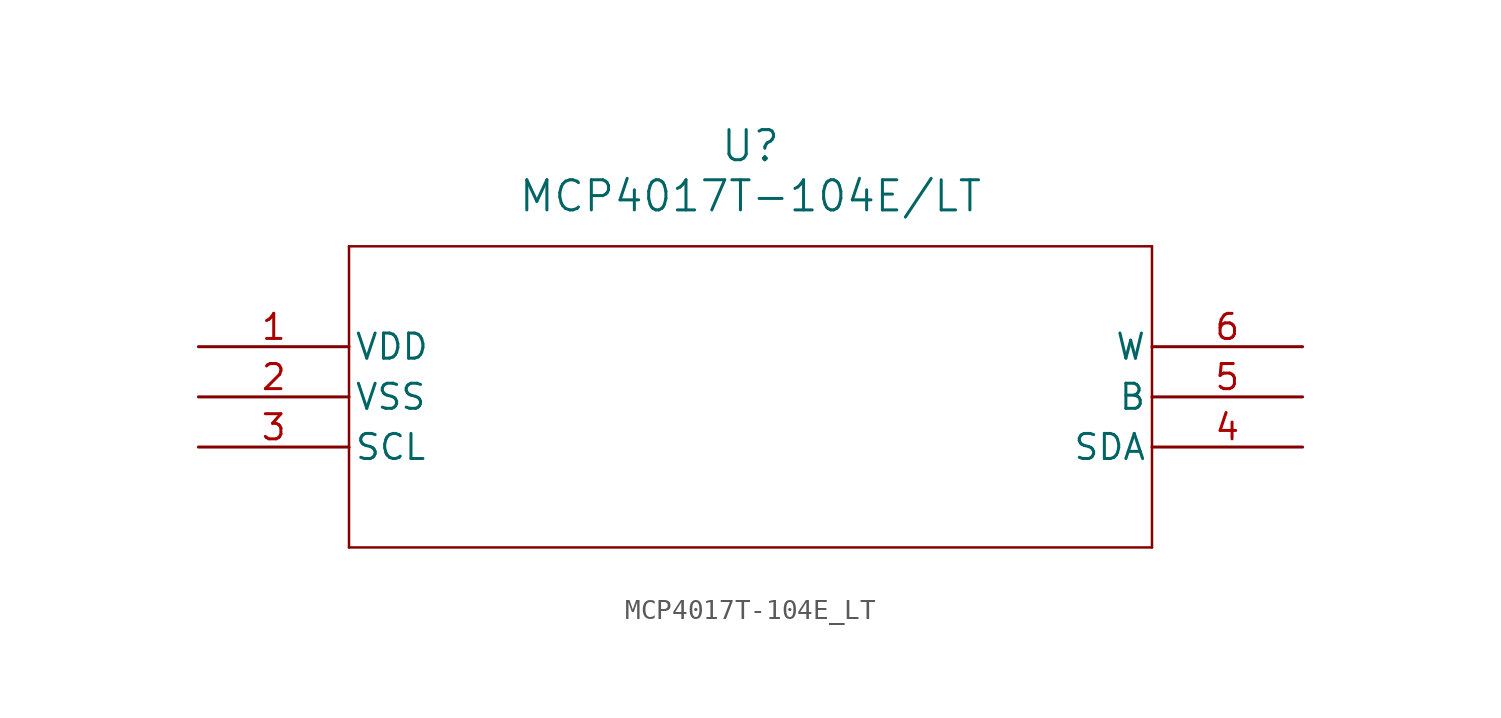
<source format=kicad_sym>
(kicad_symbol_lib
  (version 20211014)
  (generator kicad_symbol_editor)
  (symbol "MCP4017T-104E_LT"
    (pin_names
      (offset 0.254))
    (property "Reference" "U"
      (at 27.94 10.16 0)
      (effects (font (size 1.524 1.524))))
    (property "Value" "MCP4017T-104E/LT"
      (at 27.94 7.62 0)
      (effects (font (size 1.524 1.524))))
    (symbol "MCP4017T-104E_LT_0_1"
      (polyline (pts (xy 7.62 5.08) (xy 7.62 -10.16)) (stroke (width 0.127) (type default) (color 0 0 0 0)) (fill (type none)))
      (polyline (pts (xy 7.62 -10.16) (xy 48.26 -10.16)) (stroke (width 0.127) (type default) (color 0 0 0 0)) (fill (type none)))
      (polyline (pts (xy 48.26 -10.16) (xy 48.26 5.08)) (stroke (width 0.127) (type default) (color 0 0 0 0)) (fill (type none)))
      (polyline (pts (xy 48.26 5.08) (xy 7.62 5.08)) (stroke (width 0.127) (type default) (color 0 0 0 0)) (fill (type none)))
      (pin power_in line (at 0 0 0) (length 7.62) (name "VDD" (effects (font (size 1.27 1.27)))) (number "1" (effects (font (size 1.27 1.27)))))
      (pin power_in line (at 0 -2.54 0) (length 7.62) (name "VSS" (effects (font (size 1.27 1.27)))) (number "2" (effects (font (size 1.27 1.27)))))
      (pin bidirectional line (at 0 -5.08 0) (length 7.62) (name "SCL" (effects (font (size 1.27 1.27)))) (number "3" (effects (font (size 1.27 1.27)))))
      (pin bidirectional line (at 55.88 -5.08 180) (length 7.62) (name "SDA" (effects (font (size 1.27 1.27)))) (number "4" (effects (font (size 1.27 1.27)))))
      (pin bidirectional line (at 55.88 -2.54 180) (length 7.62) (name "B" (effects (font (size 1.27 1.27)))) (number "5" (effects (font (size 1.27 1.27)))))
      (pin bidirectional line (at 55.88 0 180) (length 7.62) (name "W" (effects (font (size 1.27 1.27)))) (number "6" (effects (font (size 1.27 1.27))))))))
</source>
